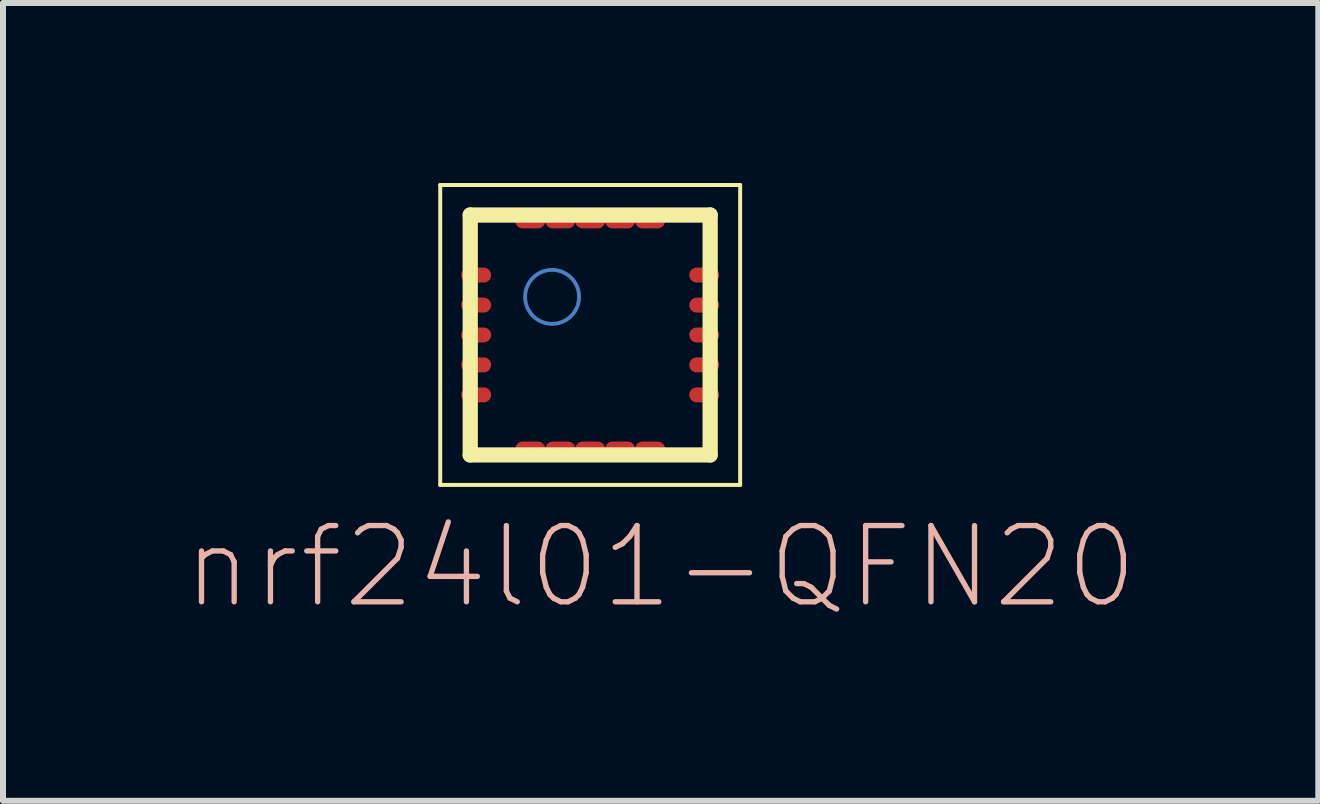
<source format=kicad_pcb>
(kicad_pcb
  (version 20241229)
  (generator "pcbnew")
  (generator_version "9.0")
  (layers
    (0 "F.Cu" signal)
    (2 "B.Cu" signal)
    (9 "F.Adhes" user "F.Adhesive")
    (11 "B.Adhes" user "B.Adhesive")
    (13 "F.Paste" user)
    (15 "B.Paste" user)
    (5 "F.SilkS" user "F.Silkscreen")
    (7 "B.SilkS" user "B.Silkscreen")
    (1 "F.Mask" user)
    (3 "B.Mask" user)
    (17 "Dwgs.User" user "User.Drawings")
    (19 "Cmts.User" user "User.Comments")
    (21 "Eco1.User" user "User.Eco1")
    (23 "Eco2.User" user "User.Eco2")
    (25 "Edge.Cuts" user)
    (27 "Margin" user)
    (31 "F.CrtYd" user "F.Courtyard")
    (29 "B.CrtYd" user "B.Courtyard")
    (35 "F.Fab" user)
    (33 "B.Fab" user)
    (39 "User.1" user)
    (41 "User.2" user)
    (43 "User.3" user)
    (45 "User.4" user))
  (footprint "nrf24l01-QFN20"
    (layer "F.Cu")
    (at 6.785 2.532)
    (property "Reference" "nrf24l01-QFN20" (at 1.173 3.863 0) (layer "B.SilkS") (effects (font (size 1.27 1.27) (thickness 0.089))))
    (attr smd)
    (fp_circle (center -0.635 -0.635) (end -0.953 -0.953) (stroke (width 0.064) (type solid)) (fill no) (layer "B.Cu"))
    (fp_line (start -2.499 -2.499) (end 2.499 -2.499) (stroke (width 0.066) (type solid)) (layer "F.SilkS"))
    (fp_line (start -2.499 2.499) (end -2.499 -2.499) (stroke (width 0.066) (type solid)) (layer "F.SilkS"))
    (fp_line (start -2.499 2.499) (end 2.499 2.499) (stroke (width 0.066) (type solid)) (layer "F.SilkS"))
    (fp_line (start -1.999 -1.999) (end 1.999 -1.999) (stroke (width 0.254) (type solid)) (layer "F.SilkS"))
    (fp_line (start -1.999 1.999) (end -1.999 -1.999) (stroke (width 0.254) (type solid)) (layer "F.SilkS"))
    (fp_line (start 1.999 -1.999) (end 1.999 1.999) (stroke (width 0.254) (type solid)) (layer "F.SilkS"))
    (fp_line (start 1.999 1.999) (end -1.999 1.999) (stroke (width 0.254) (type solid)) (layer "F.SilkS"))
    (fp_line (start 2.499 2.499) (end 2.499 -2.499) (stroke (width 0.066) (type solid)) (layer "F.SilkS"))
    (pad "1" smd oval (at -1.9 -0.998) (size 0.498 0.249) (layers "F.Cu" "F.Mask" "F.Paste"))
    (pad "2" smd oval (at -1.9 -0.498) (size 0.498 0.249) (layers "F.Cu" "F.Mask" "F.Paste"))
    (pad "3" smd oval (at -1.9 0) (size 0.498 0.249) (layers "F.Cu" "F.Mask" "F.Paste"))
    (pad "4" smd oval (at -1.9 0.498) (size 0.498 0.249) (layers "F.Cu" "F.Mask" "F.Paste"))
    (pad "5" smd oval (at -1.9 0.998) (size 0.498 0.249) (layers "F.Cu" "F.Mask" "F.Paste"))
    (pad "6" smd oval (at -0.998 1.9) (size 0.498 0.249) (layers "F.Cu" "F.Mask" "F.Paste"))
    (pad "7" smd oval (at -0.498 1.9) (size 0.498 0.249) (layers "F.Cu" "F.Mask" "F.Paste"))
    (pad "8" smd oval (at 0 1.9) (size 0.498 0.249) (layers "F.Cu" "F.Mask" "F.Paste"))
    (pad "9" smd oval (at 0.498 1.9) (size 0.498 0.249) (layers "F.Cu" "F.Mask" "F.Paste"))
    (pad "10" smd oval (at 0.998 1.9) (size 0.498 0.249) (layers "F.Cu" "F.Mask" "F.Paste"))
    (pad "11" smd oval (at 1.9 0.998) (size 0.498 0.249) (layers "F.Cu" "F.Mask" "F.Paste"))
    (pad "12" smd oval (at 1.9 0.498) (size 0.498 0.249) (layers "F.Cu" "F.Mask" "F.Paste"))
    (pad "13" smd oval (at 1.9 0) (size 0.498 0.249) (layers "F.Cu" "F.Mask" "F.Paste"))
    (pad "14" smd oval (at 1.9 -0.498) (size 0.498 0.249) (layers "F.Cu" "F.Mask" "F.Paste"))
    (pad "15" smd oval (at 1.9 -0.998) (size 0.498 0.249) (layers "F.Cu" "F.Mask" "F.Paste"))
    (pad "16" smd oval (at 0.998 -1.9) (size 0.498 0.249) (layers "F.Cu" "F.Mask" "F.Paste"))
    (pad "17" smd oval (at 0.498 -1.9) (size 0.498 0.249) (layers "F.Cu" "F.Mask" "F.Paste"))
    (pad "18" smd oval (at 0 -1.9) (size 0.498 0.249) (layers "F.Cu" "F.Mask" "F.Paste"))
    (pad "19" smd oval (at -0.498 -1.9) (size 0.498 0.249) (layers "F.Cu" "F.Mask" "F.Paste"))
    (pad "20" smd oval (at -0.998 -1.9) (size 0.498 0.249) (layers "F.Cu" "F.Mask" "F.Paste")))
  (gr_rect
    (start -3 -3)
    (end 18.918 10.295)
    (stroke (width 0.1) (type default))
    (fill no)
    (layer "Edge.Cuts")))
</source>
